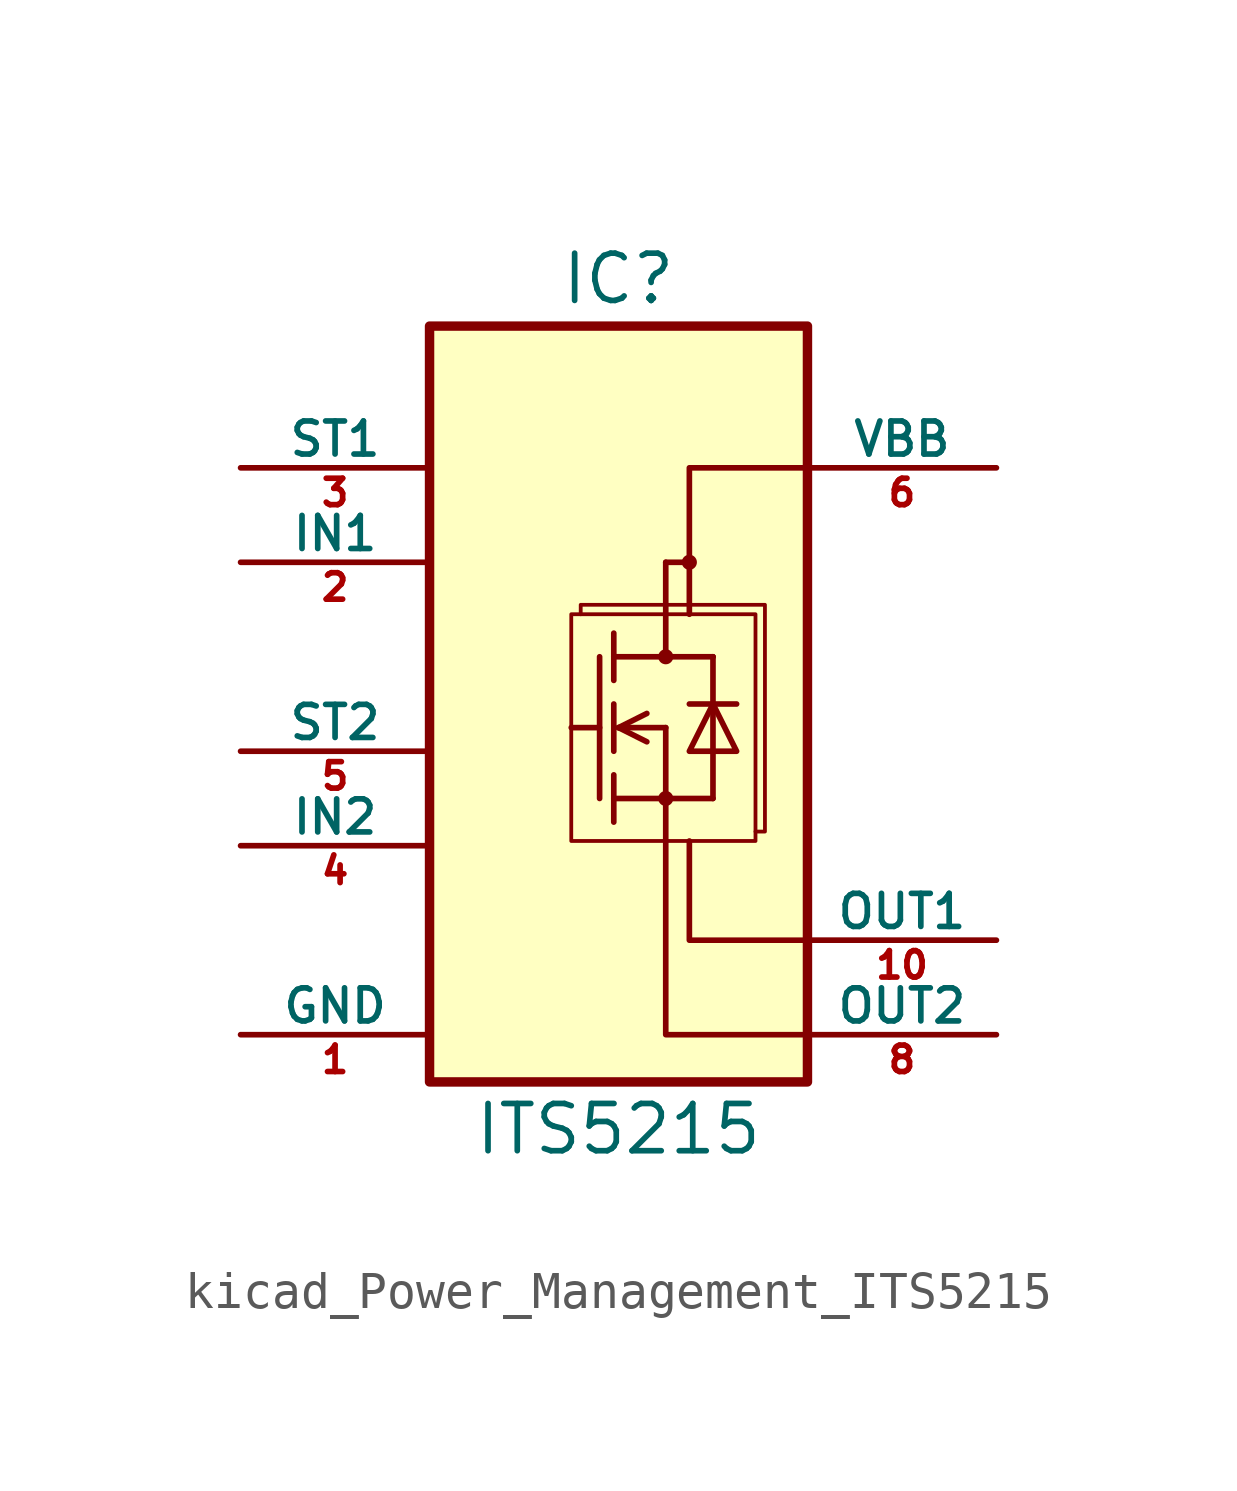
<source format=kicad_sym>
(kicad_symbol_lib
  (version 20220914)
  (generator kicad_symbol_editor)
  (symbol "kicad_Power_Management_ITS5215"
    (pin_names
      (offset 0))
    (property "Reference" "IC"
      (at 0 12.7 0)
      (effects (font (size 1.27 1.27))))
    (property "Value" "ITS5215"
      (at 0 -10.16 0)
      (effects (font (size 1.27 1.27))))
    (symbol "kicad_Power_Management_ITS5215_0_1"
      (rectangle (start -5.08 11.43) (end 5.08 -8.89) (stroke (width 0.254) (type default)) (fill (type background)))
      (rectangle (start -1.27 3.683) (end 3.683 -2.413) (stroke (width 0.102) (type default)) (fill (type none)))
      (polyline (pts (xy -1.27 0.635) (xy -0.508 0.635)) (stroke (width 0.152) (type default)) (fill (type none)))
      (polyline (pts (xy -0.508 2.54) (xy -0.508 -1.27)) (stroke (width 0.152) (type default)) (fill (type none)))
      (polyline (pts (xy -0.127 -1.27) (xy 2.54 -1.27)) (stroke (width 0.152) (type default)) (fill (type none)))
      (polyline (pts (xy -0.127 -0.635) (xy -0.127 -1.905)) (stroke (width 0.152) (type default)) (fill (type none)))
      (polyline (pts (xy -0.127 1.27) (xy -0.127 0)) (stroke (width 0.152) (type default)) (fill (type none)))
      (polyline (pts (xy -0.127 3.175) (xy -0.127 1.905)) (stroke (width 0.152) (type default)) (fill (type none)))
      (polyline (pts (xy 0 0.635) (xy 0.762 0.254)) (stroke (width 0.152) (type default)) (fill (type none)))
      (polyline (pts (xy 0 0.635) (xy 0.762 1.016)) (stroke (width 0.152) (type default)) (fill (type none)))
      (polyline (pts (xy 0 0.635) (xy 1.27 0.635)) (stroke (width 0.152) (type default)) (fill (type none)))
      (polyline (pts (xy 1.27 2.54) (xy 1.27 5.08)) (stroke (width 0) (type default)) (fill (type none)))
      (polyline (pts (xy 1.905 1.27) (xy 3.175 1.27)) (stroke (width 0.152) (type default)) (fill (type none)))
      (polyline (pts (xy 2.54 2.54) (xy -0.127 2.54)) (stroke (width 0.152) (type default)) (fill (type none)))
      (polyline (pts (xy 2.54 2.54) (xy 2.54 -1.27)) (stroke (width 0.152) (type default)) (fill (type none)))
      (polyline (pts (xy 2.54 2.54) (xy 2.54 2.54)) (stroke (width 0) (type default)) (fill (type none)))
      (polyline (pts (xy 1.27 0.635) (xy 1.27 0) (xy 1.27 -1.27)) (stroke (width 0.152) (type default)) (fill (type none)))
      (polyline (pts (xy 1.27 5.08) (xy 1.905 5.08) (xy 1.905 3.683)) (stroke (width 0.152) (type default)) (fill (type none)))
      (polyline (pts (xy 1.905 -2.413) (xy 1.905 -5.08) (xy 5.08 -5.08)) (stroke (width 0.152) (type default)) (fill (type none)))
      (polyline (pts (xy 5.08 -7.62) (xy 1.27 -7.62) (xy 1.27 -1.27)) (stroke (width 0.152) (type default)) (fill (type none)))
      (polyline (pts (xy 5.08 7.62) (xy 1.905 7.62) (xy 1.905 5.08)) (stroke (width 0.152) (type default)) (fill (type none)))
      (polyline (pts (xy 2.54 1.27) (xy 1.905 0) (xy 3.175 0) (xy 2.54 1.27)) (stroke (width 0.152) (type default)) (fill (type none)))
      (polyline (pts (xy -1.016 3.683) (xy -1.016 3.937) (xy 3.937 3.937) (xy 3.937 -2.159) (xy 3.683 -2.159)) (stroke (width 0.102) (type default)) (fill (type none)))
      (circle (center 1.27 -1.27) (radius 0.127) (stroke (width 0.152) (type default)) (fill (type none)))
      (circle (center 1.27 2.54) (radius 0.127) (stroke (width 0.152) (type default)) (fill (type none)))
      (circle (center 1.905 5.08) (radius 0.127) (stroke (width 0.152) (type default)) (fill (type none))))
    (symbol "kicad_Power_Management_ITS5215_1_1"
      (pin power_in line (at -10.16 -7.62 0) (length 5.08) (name "GND" (effects (font (size 0.889 0.889)))) (number "1" (effects (font (size 0.711 0.711)))))
      (pin open_emitter line (at 10.16 -5.08 180) (length 5.08) (name "OUT1" (effects (font (size 0.889 0.889)))) (number "10" (effects (font (size 0.711 0.711)))))
      (pin no_connect line (at 5.08 -2.54 180) (length 5.08) hide (name "NC" (effects (font (size 0.889 0.889)))) (number "11" (effects (font (size 0.711 0.711)))))
      (pin passive line (at 10.16 7.62 180) (length 5.08) hide (name "VBB" (effects (font (size 0.889 0.889)))) (number "12" (effects (font (size 0.711 0.711)))))
      (pin passive line (at 10.16 7.62 180) (length 5.08) hide (name "VBB" (effects (font (size 0.889 0.889)))) (number "13" (effects (font (size 0.711 0.711)))))
      (pin input line (at -10.16 5.08 0) (length 5.08) (name "IN1" (effects (font (size 0.889 0.889)))) (number "2" (effects (font (size 0.711 0.711)))))
      (pin open_collector line (at -10.16 7.62 0) (length 5.08) (name "ST1" (effects (font (size 0.889 0.889)))) (number "3" (effects (font (size 0.711 0.711)))))
      (pin input line (at -10.16 -2.54 0) (length 5.08) (name "IN2" (effects (font (size 0.889 0.889)))) (number "4" (effects (font (size 0.711 0.711)))))
      (pin open_collector line (at -10.16 0 0) (length 5.08) (name "ST2" (effects (font (size 0.889 0.889)))) (number "5" (effects (font (size 0.711 0.711)))))
      (pin power_in line (at 10.16 7.62 180) (length 5.08) (name "VBB" (effects (font (size 0.889 0.889)))) (number "6" (effects (font (size 0.711 0.711)))))
      (pin no_connect line (at 5.08 2.54 180) (length 5.08) hide (name "NC" (effects (font (size 0.889 0.889)))) (number "7" (effects (font (size 0.711 0.711)))))
      (pin open_emitter line (at 10.16 -7.62 180) (length 5.08) (name "OUT2" (effects (font (size 0.889 0.889)))) (number "8" (effects (font (size 0.711 0.711)))))
      (pin no_connect line (at 5.08 0 180) (length 5.08) hide (name "NC" (effects (font (size 0.889 0.889)))) (number "9" (effects (font (size 0.711 0.711))))))))
</source>
